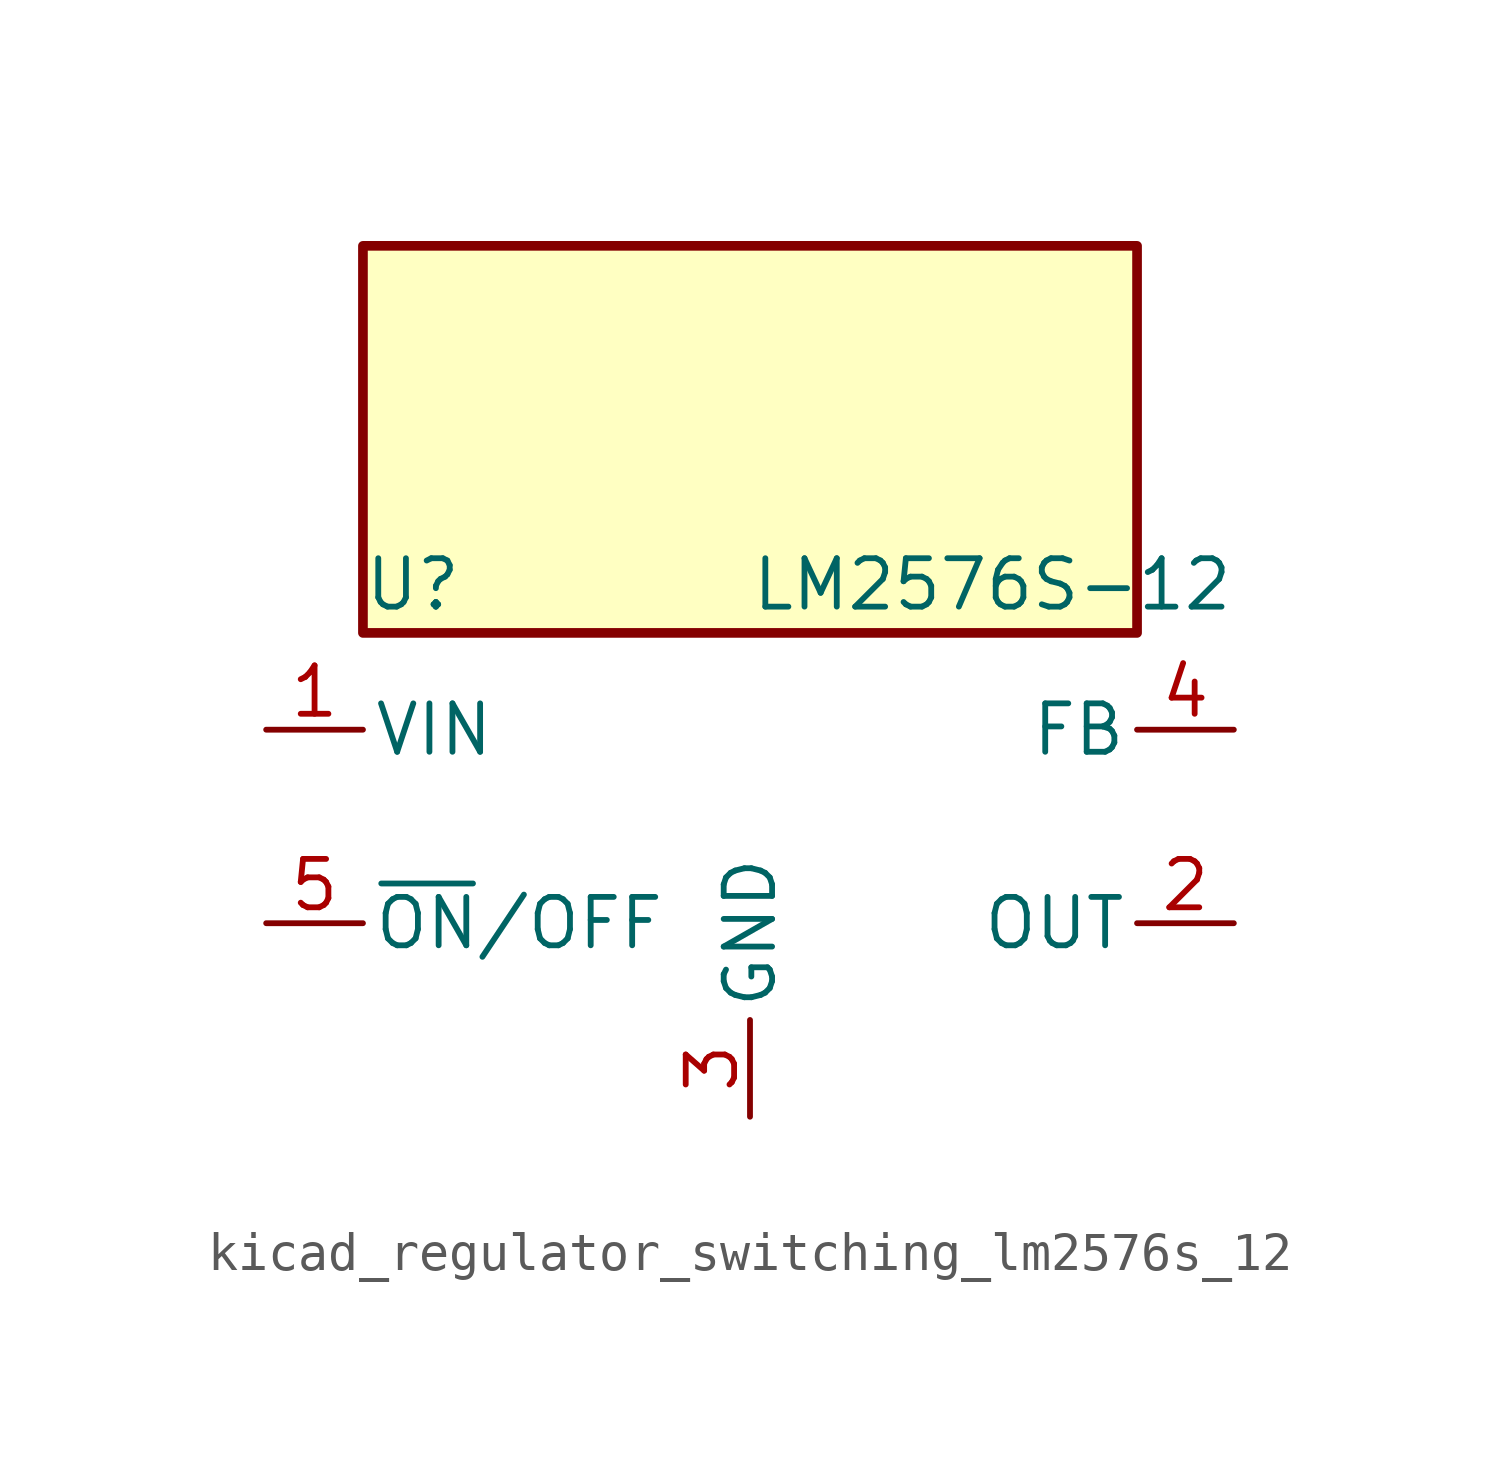
<source format=kicad_sym>
(kicad_symbol_lib
  (version 20220914)
  (generator kicad_symbol_editor)
  (symbol "kicad_regulator_switching_lm2576s_12"
    (pin_names
      (offset 0.254))
    (property "Reference" "U"
      (at -10.16 6.35 0)
      (effects (font (size 1.27 1.27)) (justify left)))
    (property "Value" "LM2576S-12"
      (at 0 6.35 0)
      (effects (font (size 1.27 1.27)) (justify left)))
    (symbol "kicad_regulator_switching_lm2576s_12_0_1"
      (rectangle (start 10.16 15.24) (end -10.16 5.08) (stroke (width 0.254) (type default)) (fill (type background))))
    (symbol "kicad_regulator_switching_lm2576s_12_1_1"
      (pin power_in line (at -12.7 2.54 0) (length 2.54) (name "VIN" (effects (font (size 1.27 1.27)))) (number "1" (effects (font (size 1.27 1.27)))))
      (pin output line (at 12.7 -2.54 180) (length 2.54) (name "OUT" (effects (font (size 1.27 1.27)))) (number "2" (effects (font (size 1.27 1.27)))))
      (pin power_in line (at 0 -7.62 90) (length 2.54) (name "GND" (effects (font (size 1.27 1.27)))) (number "3" (effects (font (size 1.27 1.27)))))
      (pin input line (at 12.7 2.54 180) (length 2.54) (name "FB" (effects (font (size 1.27 1.27)))) (number "4" (effects (font (size 1.27 1.27)))))
      (pin input line (at -12.7 -2.54 0) (length 2.54) (name "~{ON}/OFF" (effects (font (size 1.27 1.27)))) (number "5" (effects (font (size 1.27 1.27))))))))
</source>
